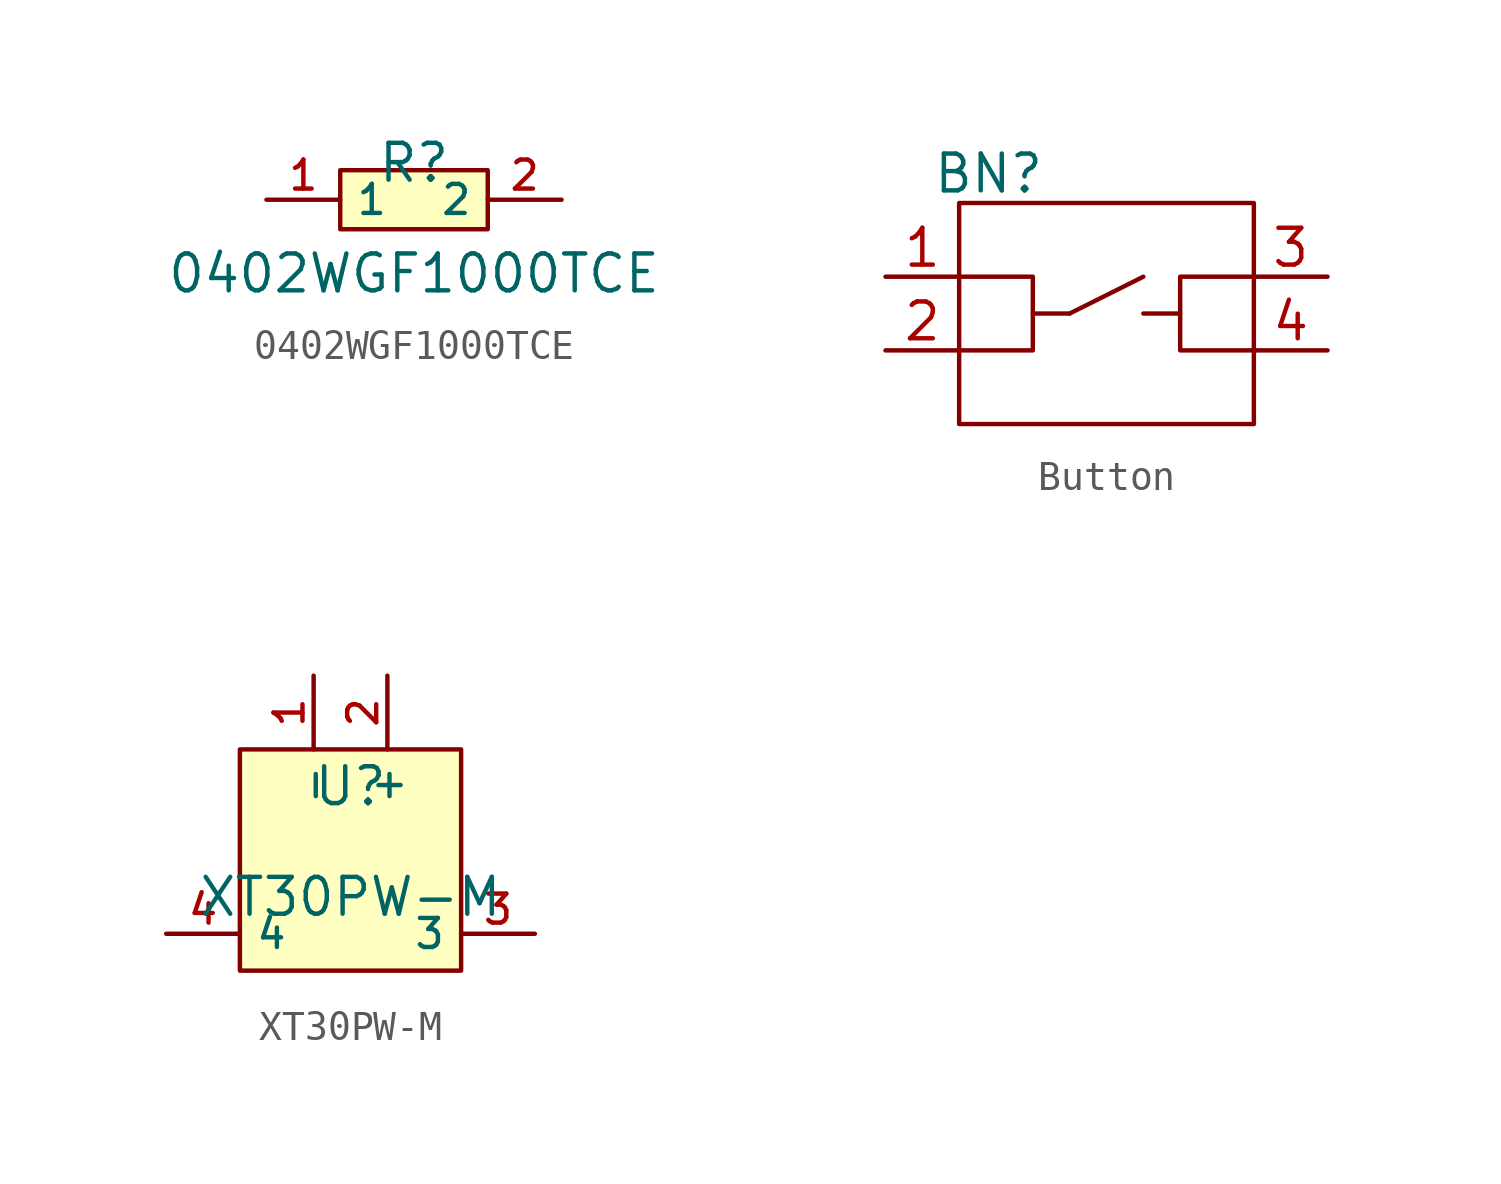
<source format=kicad_sym>
(kicad_symbol_lib
  (version 20241209)
  (generator "kicad_symbol_editor")
  (generator_version "9.0")
  (symbol "0402WGF1000TCE"
    (property "Reference" "R"
      (at 0 1.27 0)
      (effects (font (size 1.27 1.27))))
    (property "Value" "0402WGF1000TCE"
      (at 0 -2.54 0)
      (effects (font (size 1.27 1.27))))
    (symbol "0402WGF1000TCE_0_1"
      (rectangle (start -2.54 1.016) (end 2.54 -1.016) (stroke (width 0) (type default)) (fill (type background)))
      (pin input line (at -5.08 0 0) (length 2.54) (name "1" (effects (font (size 1 1)))) (number "1" (effects (font (size 1 1)))))
      (pin input line (at 5.08 0 180) (length 2.54) (name "2" (effects (font (size 1 1)))) (number "2" (effects (font (size 1 1)))))))
  (symbol "Button"
    (property "Reference" "BN"
      (at -4.064 4.826 0)
      (effects (font (size 1.27 1.27))))
    (property "Value" ""
      (at 0 -1.27 0)
      (effects (font (size 1.27 1.27))))
    (symbol "Button_0_1"
      (rectangle (start -5.08 3.81) (end 5.08 -3.81) (stroke (width 0) (type default)) (fill (type none)))
      (polyline (pts (xy -5.08 1.27) (xy -2.54 1.27) (xy -2.54 -1.27) (xy -5.08 -1.27)) (stroke (width 0) (type default)) (fill (type none)))
      (polyline (pts (xy -2.54 0) (xy -1.27 0)) (stroke (width 0) (type default)) (fill (type none)))
      (polyline (pts (xy -1.27 0) (xy 1.27 1.27)) (stroke (width 0) (type default)) (fill (type none)))
      (polyline (pts (xy 1.27 0) (xy 2.54 0)) (stroke (width 0) (type default)) (fill (type none)))
      (polyline (pts (xy 5.08 1.27) (xy 2.54 1.27) (xy 2.54 -1.27) (xy 5.08 -1.27)) (stroke (width 0) (type default)) (fill (type none))))
    (symbol "Button_1_1"
      (pin passive line (at -7.62 1.27 0) (length 2.54) (name "" (effects (font (size 1.27 1.27)))) (number "1" (effects (font (size 1.27 1.27)))))
      (pin passive line (at -7.62 -1.27 0) (length 2.54) (name "" (effects (font (size 1.27 1.27)))) (number "2" (effects (font (size 1.27 1.27)))))
      (pin passive line (at 7.62 1.27 180) (length 2.54) (name "" (effects (font (size 1.27 1.27)))) (number "3" (effects (font (size 1.27 1.27)))))
      (pin passive line (at 7.62 -1.27 180) (length 2.54) (name "" (effects (font (size 1.27 1.27)))) (number "4" (effects (font (size 1.27 1.27)))))))
  (symbol "XT30PW-M"
    (property "Reference" "U"
      (at 0 1.27 0)
      (effects (font (size 1.27 1.27))))
    (property "Value" "XT30PW-M"
      (at 0 -2.54 0)
      (effects (font (size 1.27 1.27))))
    (symbol "XT30PW-M_0_1"
      (rectangle (start -3.81 2.54) (end 3.81 -5.08) (stroke (width 0) (type default)) (fill (type background)))
      (pin unspecified line (at -6.35 -3.81 0) (length 2.54) (name "4" (effects (font (size 1 1)))) (number "4" (effects (font (size 1 1)))))
      (pin unspecified line (at -1.27 5.08 270) (length 2.54) (name "-" (effects (font (size 1 1)))) (number "1" (effects (font (size 1 1)))))
      (pin unspecified line (at 1.27 5.08 270) (length 2.54) (name "+" (effects (font (size 1 1)))) (number "2" (effects (font (size 1 1)))))
      (pin unspecified line (at 6.35 -3.81 180) (length 2.54) (name "3" (effects (font (size 1 1)))) (number "3" (effects (font (size 1 1))))))))
</source>
